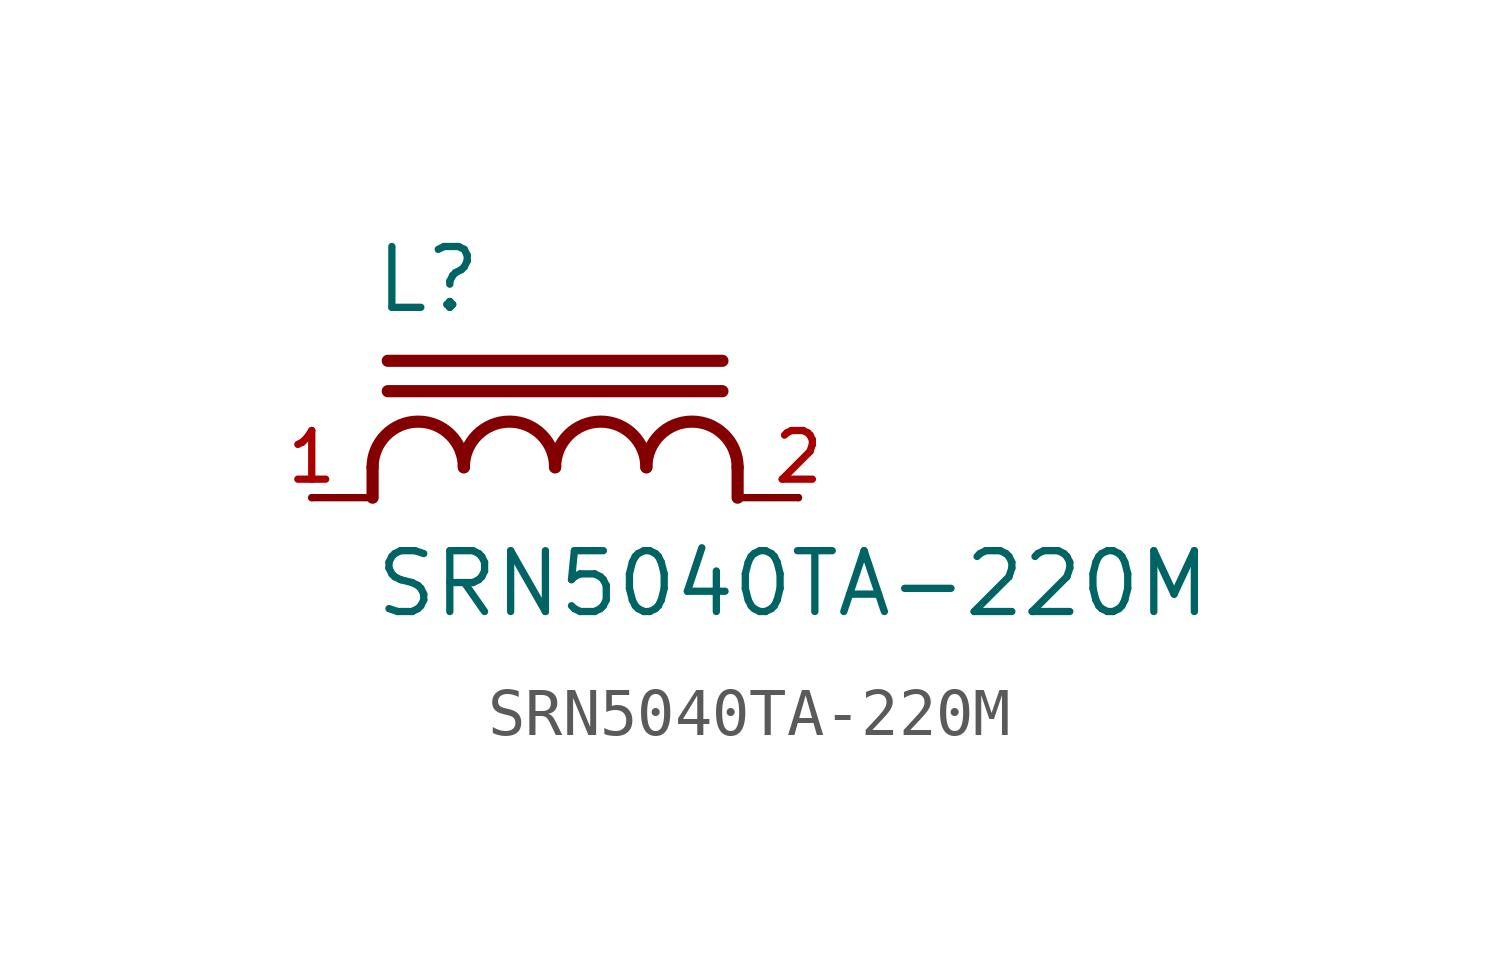
<source format=kicad_sym>
(kicad_symbol_lib
  (version 20211014)
  (generator kicad_symbol_editor)
  (symbol "SRN5040TA-220M"
    (pin_names
      (offset 1.016))
    (property "Reference" "L"
      (at -3.81 3.81 0)
      (effects (font (size 1.27 1.27)) (justify bottom left)))
    (property "Value" "SRN5040TA-220M"
      (at -3.81 -2.54 0)
      (effects (font (size 1.27 1.27)) (justify bottom left)))
    (symbol "SRN5040TA-220M_0_0"
      (arc (start -1.905 0.635) (mid -2.8575 1.5875) (end -3.81 0.635) (stroke (width 0.254) (type default) (color 0 0 0 0)) (fill (type none)))
      (arc (start 0.0 0.635) (mid -0.9525 1.5875) (end -1.905 0.635) (stroke (width 0.254) (type default) (color 0 0 0 0)) (fill (type none)))
      (arc (start 1.905 0.635) (mid 0.9525 1.5875) (end 0.0 0.635) (stroke (width 0.254) (type default) (color 0 0 0 0)) (fill (type none)))
      (arc (start 3.81 0.635) (mid 2.8575 1.5875) (end 1.905 0.635) (stroke (width 0.254) (type default) (color 0 0 0 0)) (fill (type none)))
      (polyline (pts (xy -3.81 0.635) (xy -3.81 0.0)) (stroke (width 0.254)))
      (polyline (pts (xy 3.81 0.635) (xy 3.81 0.0)) (stroke (width 0.254)))
      (polyline (pts (xy -3.81 0.0) (xy -5.08 0.0)) (stroke (width 0.152)))
      (polyline (pts (xy 3.81 0.0) (xy 5.08 0.0)) (stroke (width 0.152)))
      (polyline (pts (xy -3.493 2.223) (xy 3.493 2.223)) (stroke (width 0.254)))
      (polyline (pts (xy -3.493 2.857) (xy 3.493 2.857)) (stroke (width 0.254)))
      (pin passive line (at 5.08 0.0 180.0) (length 0) (name "~" (effects (font (size 1.016 1.016)))) (number "2" (effects (font (size 1.016 1.016)))))
      (pin passive line (at -5.08 0.0 0) (length 0) (name "~" (effects (font (size 1.016 1.016)))) (number "1" (effects (font (size 1.016 1.016))))))))
</source>
